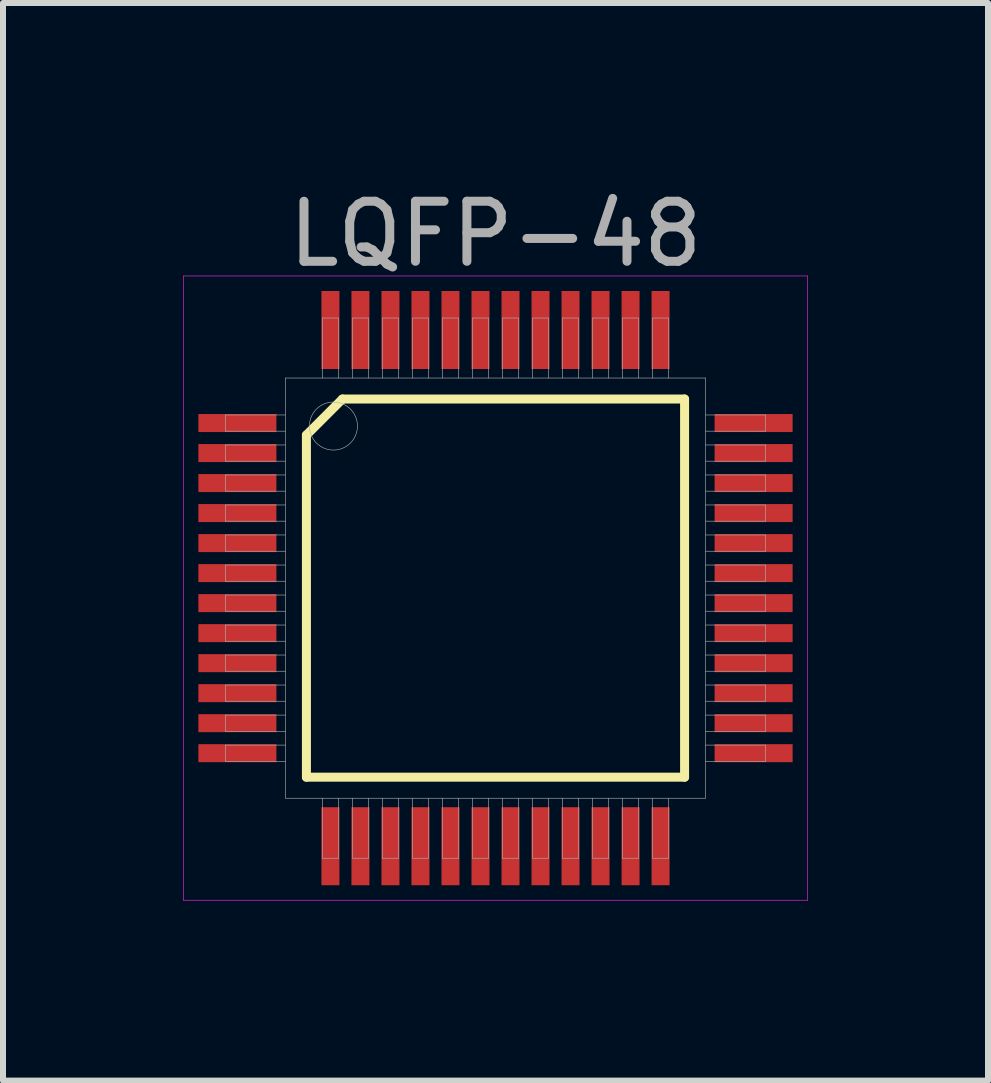
<source format=kicad_pcb>
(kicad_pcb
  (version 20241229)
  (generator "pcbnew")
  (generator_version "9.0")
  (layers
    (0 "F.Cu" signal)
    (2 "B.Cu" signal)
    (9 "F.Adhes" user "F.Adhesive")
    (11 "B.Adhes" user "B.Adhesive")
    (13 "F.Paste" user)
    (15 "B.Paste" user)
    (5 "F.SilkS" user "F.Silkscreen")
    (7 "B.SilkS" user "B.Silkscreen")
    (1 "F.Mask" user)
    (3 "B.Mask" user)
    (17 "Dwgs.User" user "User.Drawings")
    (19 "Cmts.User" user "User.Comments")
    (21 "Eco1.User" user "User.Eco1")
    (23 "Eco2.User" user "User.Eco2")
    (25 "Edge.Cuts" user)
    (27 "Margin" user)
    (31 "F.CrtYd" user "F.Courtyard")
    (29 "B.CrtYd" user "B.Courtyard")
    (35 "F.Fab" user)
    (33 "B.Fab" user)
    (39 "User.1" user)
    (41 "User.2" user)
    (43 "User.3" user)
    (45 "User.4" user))
  (footprint "LQFP-48"
    (layer "F.Cu")
    (at 5.205 6.748)
    (property "Reference" "LQFP-48" (at 0 -5.9 0) (layer "F.Fab") (effects (font (size 1 1) (thickness 0.15))))
    (attr through_hole)
    (fp_line (start -3.15 -2.55) (end -2.55 -3.15) (stroke (width 0.15) (type solid)) (layer "F.SilkS"))
    (fp_line (start -3.15 3.15) (end -3.15 -2.55) (stroke (width 0.15) (type solid)) (layer "F.SilkS"))
    (fp_line (start -2.55 -3.15) (end 3.15 -3.15) (stroke (width 0.15) (type solid)) (layer "F.SilkS"))
    (fp_line (start 3.15 -3.15) (end 3.15 3.15) (stroke (width 0.15) (type solid)) (layer "F.SilkS"))
    (fp_line (start 3.15 3.15) (end -3.15 3.15) (stroke (width 0.15) (type solid)) (layer "F.SilkS"))
    (fp_line (start -5.2 -5.2) (end 5.2 -5.2) (stroke (width 0.01) (type solid)) (layer "F.CrtYd"))
    (fp_line (start -5.2 5.2) (end -5.2 -5.2) (stroke (width 0.01) (type solid)) (layer "F.CrtYd"))
    (fp_line (start 5.2 -5.2) (end 5.2 5.2) (stroke (width 0.01) (type solid)) (layer "F.CrtYd"))
    (fp_line (start 5.2 5.2) (end -5.2 5.2) (stroke (width 0.01) (type solid)) (layer "F.CrtYd"))
    (fp_line (start -4.5 -2.885) (end -3.5 -2.885) (stroke (width 0.01) (type solid)) (layer "F.Fab"))
    (fp_line (start -4.5 -2.615) (end -4.5 -2.885) (stroke (width 0.01) (type solid)) (layer "F.Fab"))
    (fp_line (start -4.5 -2.385) (end -3.5 -2.385) (stroke (width 0.01) (type solid)) (layer "F.Fab"))
    (fp_line (start -4.5 -2.115) (end -4.5 -2.385) (stroke (width 0.01) (type solid)) (layer "F.Fab"))
    (fp_line (start -4.5 -1.885) (end -3.5 -1.885) (stroke (width 0.01) (type solid)) (layer "F.Fab"))
    (fp_line (start -4.5 -1.615) (end -4.5 -1.885) (stroke (width 0.01) (type solid)) (layer "F.Fab"))
    (fp_line (start -4.5 -1.385) (end -3.5 -1.385) (stroke (width 0.01) (type solid)) (layer "F.Fab"))
    (fp_line (start -4.5 -1.115) (end -4.5 -1.385) (stroke (width 0.01) (type solid)) (layer "F.Fab"))
    (fp_line (start -4.5 -0.885) (end -3.5 -0.885) (stroke (width 0.01) (type solid)) (layer "F.Fab"))
    (fp_line (start -4.5 -0.615) (end -4.5 -0.885) (stroke (width 0.01) (type solid)) (layer "F.Fab"))
    (fp_line (start -4.5 -0.385) (end -3.5 -0.385) (stroke (width 0.01) (type solid)) (layer "F.Fab"))
    (fp_line (start -4.5 -0.115) (end -4.5 -0.385) (stroke (width 0.01) (type solid)) (layer "F.Fab"))
    (fp_line (start -4.5 0.115) (end -3.5 0.115) (stroke (width 0.01) (type solid)) (layer "F.Fab"))
    (fp_line (start -4.5 0.385) (end -4.5 0.115) (stroke (width 0.01) (type solid)) (layer "F.Fab"))
    (fp_line (start -4.5 0.615) (end -3.5 0.615) (stroke (width 0.01) (type solid)) (layer "F.Fab"))
    (fp_line (start -4.5 0.885) (end -4.5 0.615) (stroke (width 0.01) (type solid)) (layer "F.Fab"))
    (fp_line (start -4.5 1.115) (end -3.5 1.115) (stroke (width 0.01) (type solid)) (layer "F.Fab"))
    (fp_line (start -4.5 1.385) (end -4.5 1.115) (stroke (width 0.01) (type solid)) (layer "F.Fab"))
    (fp_line (start -4.5 1.615) (end -3.5 1.615) (stroke (width 0.01) (type solid)) (layer "F.Fab"))
    (fp_line (start -4.5 1.885) (end -4.5 1.615) (stroke (width 0.01) (type solid)) (layer "F.Fab"))
    (fp_line (start -4.5 2.115) (end -3.5 2.115) (stroke (width 0.01) (type solid)) (layer "F.Fab"))
    (fp_line (start -4.5 2.385) (end -4.5 2.115) (stroke (width 0.01) (type solid)) (layer "F.Fab"))
    (fp_line (start -4.5 2.615) (end -3.5 2.615) (stroke (width 0.01) (type solid)) (layer "F.Fab"))
    (fp_line (start -4.5 2.885) (end -4.5 2.615) (stroke (width 0.01) (type solid)) (layer "F.Fab"))
    (fp_line (start -3.5 -3.5) (end 3.5 -3.5) (stroke (width 0.01) (type solid)) (layer "F.Fab"))
    (fp_line (start -3.5 -2.615) (end -4.5 -2.615) (stroke (width 0.01) (type solid)) (layer "F.Fab"))
    (fp_line (start -3.5 -2.115) (end -4.5 -2.115) (stroke (width 0.01) (type solid)) (layer "F.Fab"))
    (fp_line (start -3.5 -1.615) (end -4.5 -1.615) (stroke (width 0.01) (type solid)) (layer "F.Fab"))
    (fp_line (start -3.5 -1.115) (end -4.5 -1.115) (stroke (width 0.01) (type solid)) (layer "F.Fab"))
    (fp_line (start -3.5 -0.615) (end -4.5 -0.615) (stroke (width 0.01) (type solid)) (layer "F.Fab"))
    (fp_line (start -3.5 -0.115) (end -4.5 -0.115) (stroke (width 0.01) (type solid)) (layer "F.Fab"))
    (fp_line (start -3.5 0.385) (end -4.5 0.385) (stroke (width 0.01) (type solid)) (layer "F.Fab"))
    (fp_line (start -3.5 0.885) (end -4.5 0.885) (stroke (width 0.01) (type solid)) (layer "F.Fab"))
    (fp_line (start -3.5 1.385) (end -4.5 1.385) (stroke (width 0.01) (type solid)) (layer "F.Fab"))
    (fp_line (start -3.5 1.885) (end -4.5 1.885) (stroke (width 0.01) (type solid)) (layer "F.Fab"))
    (fp_line (start -3.5 2.385) (end -4.5 2.385) (stroke (width 0.01) (type solid)) (layer "F.Fab"))
    (fp_line (start -3.5 2.885) (end -4.5 2.885) (stroke (width 0.01) (type solid)) (layer "F.Fab"))
    (fp_line (start -3.5 3.5) (end -3.5 -3.5) (stroke (width 0.01) (type solid)) (layer "F.Fab"))
    (fp_line (start -2.885 -4.5) (end -2.615 -4.5) (stroke (width 0.01) (type solid)) (layer "F.Fab"))
    (fp_line (start -2.885 -3.5) (end -2.885 -4.5) (stroke (width 0.01) (type solid)) (layer "F.Fab"))
    (fp_line (start -2.885 4.5) (end -2.885 3.5) (stroke (width 0.01) (type solid)) (layer "F.Fab"))
    (fp_line (start -2.615 -4.5) (end -2.615 -3.5) (stroke (width 0.01) (type solid)) (layer "F.Fab"))
    (fp_line (start -2.615 3.5) (end -2.615 4.5) (stroke (width 0.01) (type solid)) (layer "F.Fab"))
    (fp_line (start -2.615 4.5) (end -2.885 4.5) (stroke (width 0.01) (type solid)) (layer "F.Fab"))
    (fp_line (start -2.385 -4.5) (end -2.115 -4.5) (stroke (width 0.01) (type solid)) (layer "F.Fab"))
    (fp_line (start -2.385 -3.5) (end -2.385 -4.5) (stroke (width 0.01) (type solid)) (layer "F.Fab"))
    (fp_line (start -2.385 4.5) (end -2.385 3.5) (stroke (width 0.01) (type solid)) (layer "F.Fab"))
    (fp_line (start -2.115 -4.5) (end -2.115 -3.5) (stroke (width 0.01) (type solid)) (layer "F.Fab"))
    (fp_line (start -2.115 3.5) (end -2.115 4.5) (stroke (width 0.01) (type solid)) (layer "F.Fab"))
    (fp_line (start -2.115 4.5) (end -2.385 4.5) (stroke (width 0.01) (type solid)) (layer "F.Fab"))
    (fp_line (start -1.885 -4.5) (end -1.615 -4.5) (stroke (width 0.01) (type solid)) (layer "F.Fab"))
    (fp_line (start -1.885 -3.5) (end -1.885 -4.5) (stroke (width 0.01) (type solid)) (layer "F.Fab"))
    (fp_line (start -1.885 4.5) (end -1.885 3.5) (stroke (width 0.01) (type solid)) (layer "F.Fab"))
    (fp_line (start -1.615 -4.5) (end -1.615 -3.5) (stroke (width 0.01) (type solid)) (layer "F.Fab"))
    (fp_line (start -1.615 3.5) (end -1.615 4.5) (stroke (width 0.01) (type solid)) (layer "F.Fab"))
    (fp_line (start -1.615 4.5) (end -1.885 4.5) (stroke (width 0.01) (type solid)) (layer "F.Fab"))
    (fp_line (start -1.385 -4.5) (end -1.115 -4.5) (stroke (width 0.01) (type solid)) (layer "F.Fab"))
    (fp_line (start -1.385 -3.5) (end -1.385 -4.5) (stroke (width 0.01) (type solid)) (layer "F.Fab"))
    (fp_line (start -1.385 4.5) (end -1.385 3.5) (stroke (width 0.01) (type solid)) (layer "F.Fab"))
    (fp_line (start -1.115 -4.5) (end -1.115 -3.5) (stroke (width 0.01) (type solid)) (layer "F.Fab"))
    (fp_line (start -1.115 3.5) (end -1.115 4.5) (stroke (width 0.01) (type solid)) (layer "F.Fab"))
    (fp_line (start -1.115 4.5) (end -1.385 4.5) (stroke (width 0.01) (type solid)) (layer "F.Fab"))
    (fp_line (start -0.885 -4.5) (end -0.615 -4.5) (stroke (width 0.01) (type solid)) (layer "F.Fab"))
    (fp_line (start -0.885 -3.5) (end -0.885 -4.5) (stroke (width 0.01) (type solid)) (layer "F.Fab"))
    (fp_line (start -0.885 4.5) (end -0.885 3.5) (stroke (width 0.01) (type solid)) (layer "F.Fab"))
    (fp_line (start -0.615 -4.5) (end -0.615 -3.5) (stroke (width 0.01) (type solid)) (layer "F.Fab"))
    (fp_line (start -0.615 3.5) (end -0.615 4.5) (stroke (width 0.01) (type solid)) (layer "F.Fab"))
    (fp_line (start -0.615 4.5) (end -0.885 4.5) (stroke (width 0.01) (type solid)) (layer "F.Fab"))
    (fp_line (start -0.385 -4.5) (end -0.115 -4.5) (stroke (width 0.01) (type solid)) (layer "F.Fab"))
    (fp_line (start -0.385 -3.5) (end -0.385 -4.5) (stroke (width 0.01) (type solid)) (layer "F.Fab"))
    (fp_line (start -0.385 4.5) (end -0.385 3.5) (stroke (width 0.01) (type solid)) (layer "F.Fab"))
    (fp_line (start -0.115 -4.5) (end -0.115 -3.5) (stroke (width 0.01) (type solid)) (layer "F.Fab"))
    (fp_line (start -0.115 3.5) (end -0.115 4.5) (stroke (width 0.01) (type solid)) (layer "F.Fab"))
    (fp_line (start -0.115 4.5) (end -0.385 4.5) (stroke (width 0.01) (type solid)) (layer "F.Fab"))
    (fp_line (start 0.115 -4.5) (end 0.385 -4.5) (stroke (width 0.01) (type solid)) (layer "F.Fab"))
    (fp_line (start 0.115 -3.5) (end 0.115 -4.5) (stroke (width 0.01) (type solid)) (layer "F.Fab"))
    (fp_line (start 0.115 4.5) (end 0.115 3.5) (stroke (width 0.01) (type solid)) (layer "F.Fab"))
    (fp_line (start 0.385 -4.5) (end 0.385 -3.5) (stroke (width 0.01) (type solid)) (layer "F.Fab"))
    (fp_line (start 0.385 3.5) (end 0.385 4.5) (stroke (width 0.01) (type solid)) (layer "F.Fab"))
    (fp_line (start 0.385 4.5) (end 0.115 4.5) (stroke (width 0.01) (type solid)) (layer "F.Fab"))
    (fp_line (start 0.615 -4.5) (end 0.885 -4.5) (stroke (width 0.01) (type solid)) (layer "F.Fab"))
    (fp_line (start 0.615 -3.5) (end 0.615 -4.5) (stroke (width 0.01) (type solid)) (layer "F.Fab"))
    (fp_line (start 0.615 4.5) (end 0.615 3.5) (stroke (width 0.01) (type solid)) (layer "F.Fab"))
    (fp_line (start 0.885 -4.5) (end 0.885 -3.5) (stroke (width 0.01) (type solid)) (layer "F.Fab"))
    (fp_line (start 0.885 3.5) (end 0.885 4.5) (stroke (width 0.01) (type solid)) (layer "F.Fab"))
    (fp_line (start 0.885 4.5) (end 0.615 4.5) (stroke (width 0.01) (type solid)) (layer "F.Fab"))
    (fp_line (start 1.115 -4.5) (end 1.385 -4.5) (stroke (width 0.01) (type solid)) (layer "F.Fab"))
    (fp_line (start 1.115 -3.5) (end 1.115 -4.5) (stroke (width 0.01) (type solid)) (layer "F.Fab"))
    (fp_line (start 1.115 4.5) (end 1.115 3.5) (stroke (width 0.01) (type solid)) (layer "F.Fab"))
    (fp_line (start 1.385 -4.5) (end 1.385 -3.5) (stroke (width 0.01) (type solid)) (layer "F.Fab"))
    (fp_line (start 1.385 3.5) (end 1.385 4.5) (stroke (width 0.01) (type solid)) (layer "F.Fab"))
    (fp_line (start 1.385 4.5) (end 1.115 4.5) (stroke (width 0.01) (type solid)) (layer "F.Fab"))
    (fp_line (start 1.615 -4.5) (end 1.885 -4.5) (stroke (width 0.01) (type solid)) (layer "F.Fab"))
    (fp_line (start 1.615 -3.5) (end 1.615 -4.5) (stroke (width 0.01) (type solid)) (layer "F.Fab"))
    (fp_line (start 1.615 4.5) (end 1.615 3.5) (stroke (width 0.01) (type solid)) (layer "F.Fab"))
    (fp_line (start 1.885 -4.5) (end 1.885 -3.5) (stroke (width 0.01) (type solid)) (layer "F.Fab"))
    (fp_line (start 1.885 3.5) (end 1.885 4.5) (stroke (width 0.01) (type solid)) (layer "F.Fab"))
    (fp_line (start 1.885 4.5) (end 1.615 4.5) (stroke (width 0.01) (type solid)) (layer "F.Fab"))
    (fp_line (start 2.115 -4.5) (end 2.385 -4.5) (stroke (width 0.01) (type solid)) (layer "F.Fab"))
    (fp_line (start 2.115 -3.5) (end 2.115 -4.5) (stroke (width 0.01) (type solid)) (layer "F.Fab"))
    (fp_line (start 2.115 4.5) (end 2.115 3.5) (stroke (width 0.01) (type solid)) (layer "F.Fab"))
    (fp_line (start 2.385 -4.5) (end 2.385 -3.5) (stroke (width 0.01) (type solid)) (layer "F.Fab"))
    (fp_line (start 2.385 3.5) (end 2.385 4.5) (stroke (width 0.01) (type solid)) (layer "F.Fab"))
    (fp_line (start 2.385 4.5) (end 2.115 4.5) (stroke (width 0.01) (type solid)) (layer "F.Fab"))
    (fp_line (start 2.615 -4.5) (end 2.885 -4.5) (stroke (width 0.01) (type solid)) (layer "F.Fab"))
    (fp_line (start 2.615 -3.5) (end 2.615 -4.5) (stroke (width 0.01) (type solid)) (layer "F.Fab"))
    (fp_line (start 2.615 4.5) (end 2.615 3.5) (stroke (width 0.01) (type solid)) (layer "F.Fab"))
    (fp_line (start 2.885 -4.5) (end 2.885 -3.5) (stroke (width 0.01) (type solid)) (layer "F.Fab"))
    (fp_line (start 2.885 3.5) (end 2.885 4.5) (stroke (width 0.01) (type solid)) (layer "F.Fab"))
    (fp_line (start 2.885 4.5) (end 2.615 4.5) (stroke (width 0.01) (type solid)) (layer "F.Fab"))
    (fp_line (start 3.5 -3.5) (end 3.5 3.5) (stroke (width 0.01) (type solid)) (layer "F.Fab"))
    (fp_line (start 3.5 -2.885) (end 4.5 -2.885) (stroke (width 0.01) (type solid)) (layer "F.Fab"))
    (fp_line (start 3.5 -2.385) (end 4.5 -2.385) (stroke (width 0.01) (type solid)) (layer "F.Fab"))
    (fp_line (start 3.5 -1.885) (end 4.5 -1.885) (stroke (width 0.01) (type solid)) (layer "F.Fab"))
    (fp_line (start 3.5 -1.385) (end 4.5 -1.385) (stroke (width 0.01) (type solid)) (layer "F.Fab"))
    (fp_line (start 3.5 -0.885) (end 4.5 -0.885) (stroke (width 0.01) (type solid)) (layer "F.Fab"))
    (fp_line (start 3.5 -0.385) (end 4.5 -0.385) (stroke (width 0.01) (type solid)) (layer "F.Fab"))
    (fp_line (start 3.5 0.115) (end 4.5 0.115) (stroke (width 0.01) (type solid)) (layer "F.Fab"))
    (fp_line (start 3.5 0.615) (end 4.5 0.615) (stroke (width 0.01) (type solid)) (layer "F.Fab"))
    (fp_line (start 3.5 1.115) (end 4.5 1.115) (stroke (width 0.01) (type solid)) (layer "F.Fab"))
    (fp_line (start 3.5 1.615) (end 4.5 1.615) (stroke (width 0.01) (type solid)) (layer "F.Fab"))
    (fp_line (start 3.5 2.115) (end 4.5 2.115) (stroke (width 0.01) (type solid)) (layer "F.Fab"))
    (fp_line (start 3.5 2.615) (end 4.5 2.615) (stroke (width 0.01) (type solid)) (layer "F.Fab"))
    (fp_line (start 3.5 3.5) (end -3.5 3.5) (stroke (width 0.01) (type solid)) (layer "F.Fab"))
    (fp_line (start 4.5 -2.885) (end 4.5 -2.615) (stroke (width 0.01) (type solid)) (layer "F.Fab"))
    (fp_line (start 4.5 -2.615) (end 3.5 -2.615) (stroke (width 0.01) (type solid)) (layer "F.Fab"))
    (fp_line (start 4.5 -2.385) (end 4.5 -2.115) (stroke (width 0.01) (type solid)) (layer "F.Fab"))
    (fp_line (start 4.5 -2.115) (end 3.5 -2.115) (stroke (width 0.01) (type solid)) (layer "F.Fab"))
    (fp_line (start 4.5 -1.885) (end 4.5 -1.615) (stroke (width 0.01) (type solid)) (layer "F.Fab"))
    (fp_line (start 4.5 -1.615) (end 3.5 -1.615) (stroke (width 0.01) (type solid)) (layer "F.Fab"))
    (fp_line (start 4.5 -1.385) (end 4.5 -1.115) (stroke (width 0.01) (type solid)) (layer "F.Fab"))
    (fp_line (start 4.5 -1.115) (end 3.5 -1.115) (stroke (width 0.01) (type solid)) (layer "F.Fab"))
    (fp_line (start 4.5 -0.885) (end 4.5 -0.615) (stroke (width 0.01) (type solid)) (layer "F.Fab"))
    (fp_line (start 4.5 -0.615) (end 3.5 -0.615) (stroke (width 0.01) (type solid)) (layer "F.Fab"))
    (fp_line (start 4.5 -0.385) (end 4.5 -0.115) (stroke (width 0.01) (type solid)) (layer "F.Fab"))
    (fp_line (start 4.5 -0.115) (end 3.5 -0.115) (stroke (width 0.01) (type solid)) (layer "F.Fab"))
    (fp_line (start 4.5 0.115) (end 4.5 0.385) (stroke (width 0.01) (type solid)) (layer "F.Fab"))
    (fp_line (start 4.5 0.385) (end 3.5 0.385) (stroke (width 0.01) (type solid)) (layer "F.Fab"))
    (fp_line (start 4.5 0.615) (end 4.5 0.885) (stroke (width 0.01) (type solid)) (layer "F.Fab"))
    (fp_line (start 4.5 0.885) (end 3.5 0.885) (stroke (width 0.01) (type solid)) (layer "F.Fab"))
    (fp_line (start 4.5 1.115) (end 4.5 1.385) (stroke (width 0.01) (type solid)) (layer "F.Fab"))
    (fp_line (start 4.5 1.385) (end 3.5 1.385) (stroke (width 0.01) (type solid)) (layer "F.Fab"))
    (fp_line (start 4.5 1.615) (end 4.5 1.885) (stroke (width 0.01) (type solid)) (layer "F.Fab"))
    (fp_line (start 4.5 1.885) (end 3.5 1.885) (stroke (width 0.01) (type solid)) (layer "F.Fab"))
    (fp_line (start 4.5 2.115) (end 4.5 2.385) (stroke (width 0.01) (type solid)) (layer "F.Fab"))
    (fp_line (start 4.5 2.385) (end 3.5 2.385) (stroke (width 0.01) (type solid)) (layer "F.Fab"))
    (fp_line (start 4.5 2.615) (end 4.5 2.885) (stroke (width 0.01) (type solid)) (layer "F.Fab"))
    (fp_line (start 4.5 2.885) (end 3.5 2.885) (stroke (width 0.01) (type solid)) (layer "F.Fab"))
    (fp_circle (center -2.7 -2.7) (end -2.7 -2.3) (stroke (width 0.01) (type solid)) (fill no) (layer "F.Fab"))
    (pad "1" smd rect (at -4.3 -2.75) (size 1.3 0.3) (layers "F.Cu" "F.Mask" "F.Paste"))
    (pad "2" smd rect (at -4.3 -2.25) (size 1.3 0.3) (layers "F.Cu" "F.Mask" "F.Paste"))
    (pad "3" smd rect (at -4.3 -1.75) (size 1.3 0.3) (layers "F.Cu" "F.Mask" "F.Paste"))
    (pad "4" smd rect (at -4.3 -1.25) (size 1.3 0.3) (layers "F.Cu" "F.Mask" "F.Paste"))
    (pad "5" smd rect (at -4.3 -0.75) (size 1.3 0.3) (layers "F.Cu" "F.Mask" "F.Paste"))
    (pad "6" smd rect (at -4.3 -0.25) (size 1.3 0.3) (layers "F.Cu" "F.Mask" "F.Paste"))
    (pad "7" smd rect (at -4.3 0.25) (size 1.3 0.3) (layers "F.Cu" "F.Mask" "F.Paste"))
    (pad "8" smd rect (at -4.3 0.75) (size 1.3 0.3) (layers "F.Cu" "F.Mask" "F.Paste"))
    (pad "9" smd rect (at -4.3 1.25) (size 1.3 0.3) (layers "F.Cu" "F.Mask" "F.Paste"))
    (pad "10" smd rect (at -4.3 1.75) (size 1.3 0.3) (layers "F.Cu" "F.Mask" "F.Paste"))
    (pad "11" smd rect (at -4.3 2.25) (size 1.3 0.3) (layers "F.Cu" "F.Mask" "F.Paste"))
    (pad "12" smd rect (at -4.3 2.75) (size 1.3 0.3) (layers "F.Cu" "F.Mask" "F.Paste"))
    (pad "13" smd rect (at -2.75 4.3) (size 0.3 1.3) (layers "F.Cu" "F.Mask" "F.Paste"))
    (pad "14" smd rect (at -2.25 4.3) (size 0.3 1.3) (layers "F.Cu" "F.Mask" "F.Paste"))
    (pad "15" smd rect (at -1.75 4.3) (size 0.3 1.3) (layers "F.Cu" "F.Mask" "F.Paste"))
    (pad "16" smd rect (at -1.25 4.3) (size 0.3 1.3) (layers "F.Cu" "F.Mask" "F.Paste"))
    (pad "17" smd rect (at -0.75 4.3) (size 0.3 1.3) (layers "F.Cu" "F.Mask" "F.Paste"))
    (pad "18" smd rect (at -0.25 4.3) (size 0.3 1.3) (layers "F.Cu" "F.Mask" "F.Paste"))
    (pad "19" smd rect (at 0.25 4.3) (size 0.3 1.3) (layers "F.Cu" "F.Mask" "F.Paste"))
    (pad "20" smd rect (at 0.75 4.3) (size 0.3 1.3) (layers "F.Cu" "F.Mask" "F.Paste"))
    (pad "21" smd rect (at 1.25 4.3) (size 0.3 1.3) (layers "F.Cu" "F.Mask" "F.Paste"))
    (pad "22" smd rect (at 1.75 4.3) (size 0.3 1.3) (layers "F.Cu" "F.Mask" "F.Paste"))
    (pad "23" smd rect (at 2.25 4.3) (size 0.3 1.3) (layers "F.Cu" "F.Mask" "F.Paste"))
    (pad "24" smd rect (at 2.75 4.3) (size 0.3 1.3) (layers "F.Cu" "F.Mask" "F.Paste"))
    (pad "25" smd rect (at 4.3 2.75) (size 1.3 0.3) (layers "F.Cu" "F.Mask" "F.Paste"))
    (pad "26" smd rect (at 4.3 2.25) (size 1.3 0.3) (layers "F.Cu" "F.Mask" "F.Paste"))
    (pad "27" smd rect (at 4.3 1.75) (size 1.3 0.3) (layers "F.Cu" "F.Mask" "F.Paste"))
    (pad "28" smd rect (at 4.3 1.25) (size 1.3 0.3) (layers "F.Cu" "F.Mask" "F.Paste"))
    (pad "29" smd rect (at 4.3 0.75) (size 1.3 0.3) (layers "F.Cu" "F.Mask" "F.Paste"))
    (pad "30" smd rect (at 4.3 0.25) (size 1.3 0.3) (layers "F.Cu" "F.Mask" "F.Paste"))
    (pad "31" smd rect (at 4.3 -0.25) (size 1.3 0.3) (layers "F.Cu" "F.Mask" "F.Paste"))
    (pad "32" smd rect (at 4.3 -0.75) (size 1.3 0.3) (layers "F.Cu" "F.Mask" "F.Paste"))
    (pad "33" smd rect (at 4.3 -1.25) (size 1.3 0.3) (layers "F.Cu" "F.Mask" "F.Paste"))
    (pad "34" smd rect (at 4.3 -1.75) (size 1.3 0.3) (layers "F.Cu" "F.Mask" "F.Paste"))
    (pad "35" smd rect (at 4.3 -2.25) (size 1.3 0.3) (layers "F.Cu" "F.Mask" "F.Paste"))
    (pad "36" smd rect (at 4.3 -2.75) (size 1.3 0.3) (layers "F.Cu" "F.Mask" "F.Paste"))
    (pad "37" smd rect (at 2.75 -4.3) (size 0.3 1.3) (layers "F.Cu" "F.Mask" "F.Paste"))
    (pad "38" smd rect (at 2.25 -4.3) (size 0.3 1.3) (layers "F.Cu" "F.Mask" "F.Paste"))
    (pad "39" smd rect (at 1.75 -4.3) (size 0.3 1.3) (layers "F.Cu" "F.Mask" "F.Paste"))
    (pad "40" smd rect (at 1.25 -4.3) (size 0.3 1.3) (layers "F.Cu" "F.Mask" "F.Paste"))
    (pad "41" smd rect (at 0.75 -4.3) (size 0.3 1.3) (layers "F.Cu" "F.Mask" "F.Paste"))
    (pad "42" smd rect (at 0.25 -4.3) (size 0.3 1.3) (layers "F.Cu" "F.Mask" "F.Paste"))
    (pad "43" smd rect (at -0.25 -4.3) (size 0.3 1.3) (layers "F.Cu" "F.Mask" "F.Paste"))
    (pad "44" smd rect (at -0.75 -4.3) (size 0.3 1.3) (layers "F.Cu" "F.Mask" "F.Paste"))
    (pad "45" smd rect (at -1.25 -4.3) (size 0.3 1.3) (layers "F.Cu" "F.Mask" "F.Paste"))
    (pad "46" smd rect (at -1.75 -4.3) (size 0.3 1.3) (layers "F.Cu" "F.Mask" "F.Paste"))
    (pad "47" smd rect (at -2.25 -4.3) (size 0.3 1.3) (layers "F.Cu" "F.Mask" "F.Paste"))
    (pad "48" smd rect (at -2.75 -4.3) (size 0.3 1.3) (layers "F.Cu" "F.Mask" "F.Paste")))
  (gr_rect
    (start -3 -3)
    (end 13.41 14.953)
    (stroke (width 0.1) (type default))
    (fill no)
    (layer "Edge.Cuts")))
</source>
